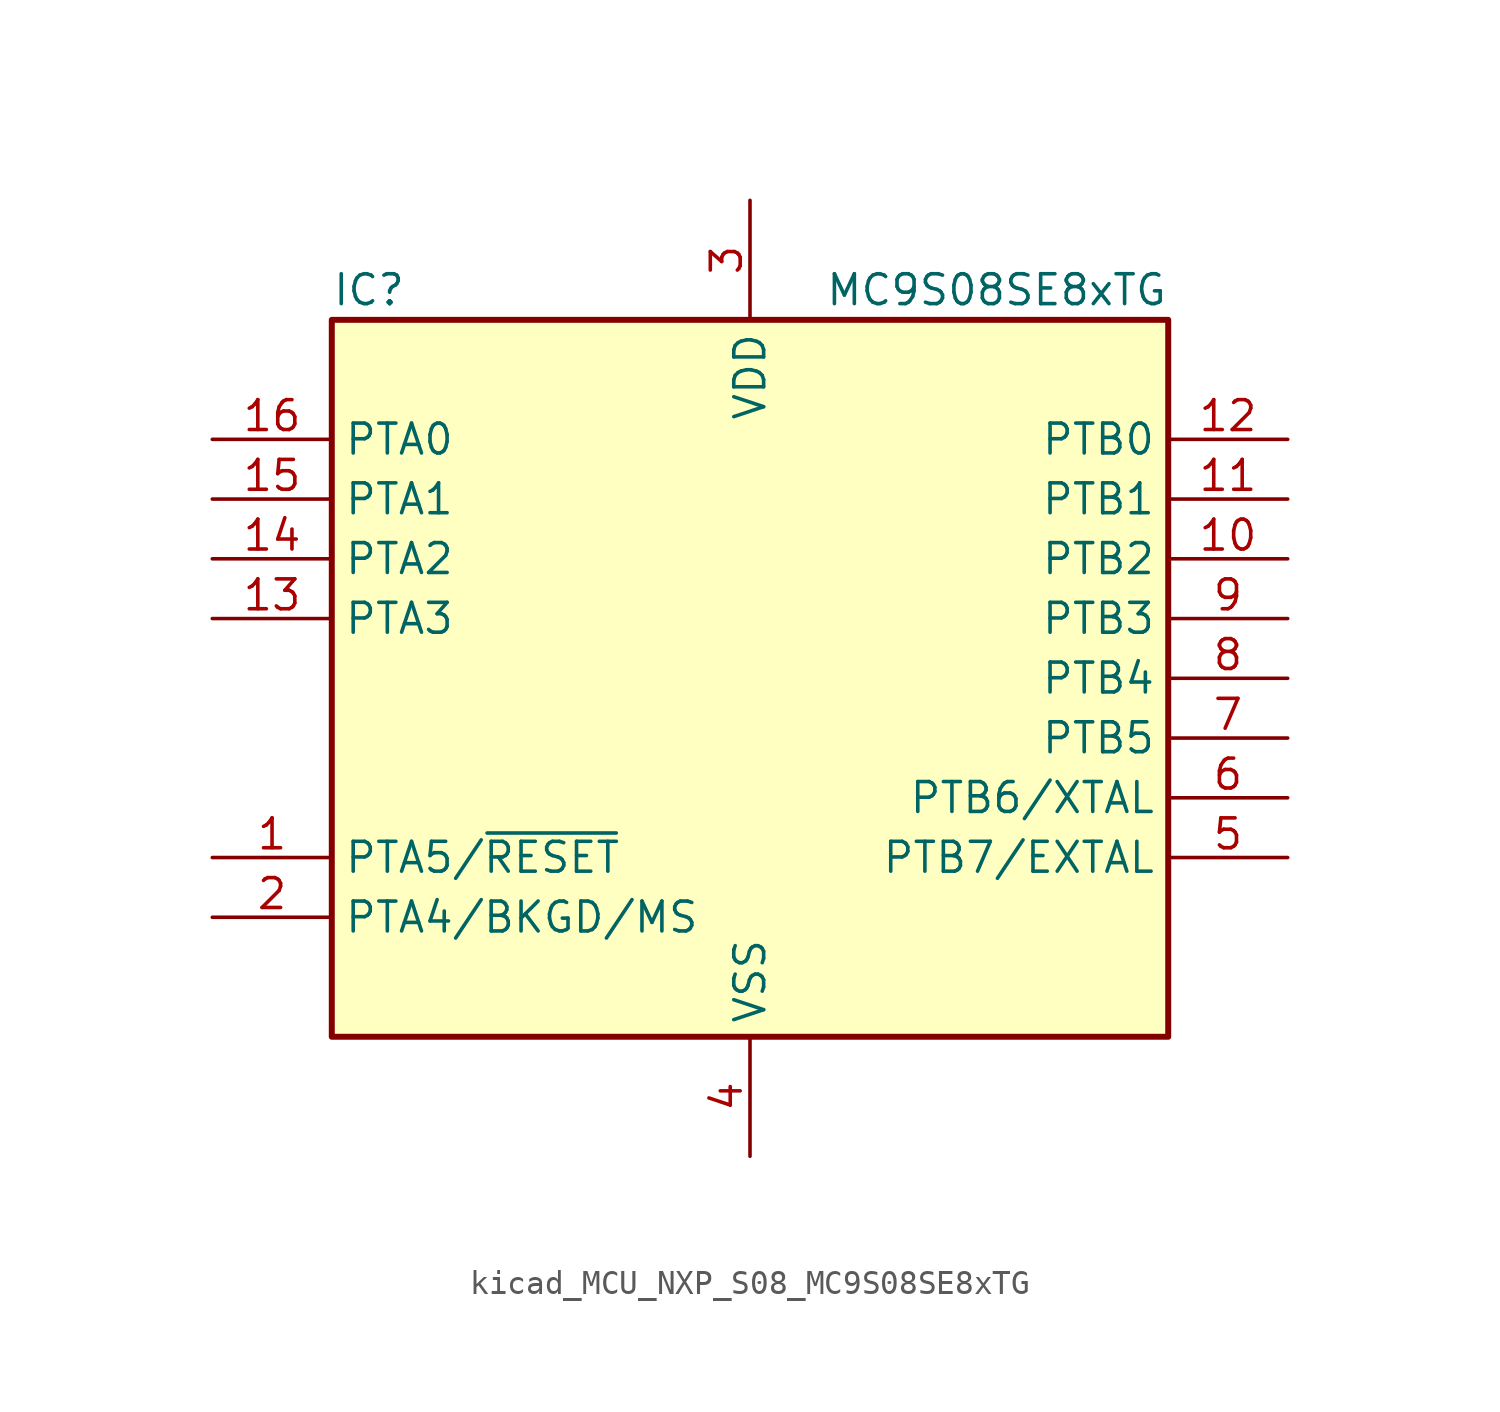
<source format=kicad_sym>
(kicad_symbol_lib
  (version 20220914)
  (generator kicad_symbol_editor)
  (symbol "kicad_MCU_NXP_S08_MC9S08SE8xTG"
    (property "Reference" "IC"
      (at -17.78 16.51 0)
      (effects (font (size 1.27 1.27)) (justify left)))
    (property "Value" "MC9S08SE8xTG"
      (at 17.78 16.51 0)
      (effects (font (size 1.27 1.27)) (justify right)))
    (symbol "kicad_MCU_NXP_S08_MC9S08SE8xTG_0_1"
      (rectangle (start -17.78 15.24) (end 17.78 -15.24) (stroke (width 0.254) (type default)) (fill (type background))))
    (symbol "kicad_MCU_NXP_S08_MC9S08SE8xTG_1_1"
      (pin bidirectional line (at -22.86 -7.62 0) (length 5.08) (name "PTA5/~{RESET}" (effects (font (size 1.27 1.27)))) (number "1" (effects (font (size 1.27 1.27)))))
      (pin bidirectional line (at 22.86 5.08 180) (length 5.08) (name "PTB2" (effects (font (size 1.27 1.27)))) (number "10" (effects (font (size 1.27 1.27)))))
      (pin bidirectional line (at 22.86 7.62 180) (length 5.08) (name "PTB1" (effects (font (size 1.27 1.27)))) (number "11" (effects (font (size 1.27 1.27)))))
      (pin bidirectional line (at 22.86 10.16 180) (length 5.08) (name "PTB0" (effects (font (size 1.27 1.27)))) (number "12" (effects (font (size 1.27 1.27)))))
      (pin bidirectional line (at -22.86 2.54 0) (length 5.08) (name "PTA3" (effects (font (size 1.27 1.27)))) (number "13" (effects (font (size 1.27 1.27)))))
      (pin bidirectional line (at -22.86 5.08 0) (length 5.08) (name "PTA2" (effects (font (size 1.27 1.27)))) (number "14" (effects (font (size 1.27 1.27)))))
      (pin bidirectional line (at -22.86 7.62 0) (length 5.08) (name "PTA1" (effects (font (size 1.27 1.27)))) (number "15" (effects (font (size 1.27 1.27)))))
      (pin bidirectional line (at -22.86 10.16 0) (length 5.08) (name "PTA0" (effects (font (size 1.27 1.27)))) (number "16" (effects (font (size 1.27 1.27)))))
      (pin bidirectional line (at -22.86 -10.16 0) (length 5.08) (name "PTA4/BKGD/MS" (effects (font (size 1.27 1.27)))) (number "2" (effects (font (size 1.27 1.27)))))
      (pin power_in line (at 0 20.32 270) (length 5.08) (name "VDD" (effects (font (size 1.27 1.27)))) (number "3" (effects (font (size 1.27 1.27)))))
      (pin power_in line (at 0 -20.32 90) (length 5.08) (name "VSS" (effects (font (size 1.27 1.27)))) (number "4" (effects (font (size 1.27 1.27)))))
      (pin bidirectional line (at 22.86 -7.62 180) (length 5.08) (name "PTB7/EXTAL" (effects (font (size 1.27 1.27)))) (number "5" (effects (font (size 1.27 1.27)))))
      (pin bidirectional line (at 22.86 -5.08 180) (length 5.08) (name "PTB6/XTAL" (effects (font (size 1.27 1.27)))) (number "6" (effects (font (size 1.27 1.27)))))
      (pin bidirectional line (at 22.86 -2.54 180) (length 5.08) (name "PTB5" (effects (font (size 1.27 1.27)))) (number "7" (effects (font (size 1.27 1.27)))))
      (pin bidirectional line (at 22.86 0 180) (length 5.08) (name "PTB4" (effects (font (size 1.27 1.27)))) (number "8" (effects (font (size 1.27 1.27)))))
      (pin bidirectional line (at 22.86 2.54 180) (length 5.08) (name "PTB3" (effects (font (size 1.27 1.27)))) (number "9" (effects (font (size 1.27 1.27))))))))
</source>
